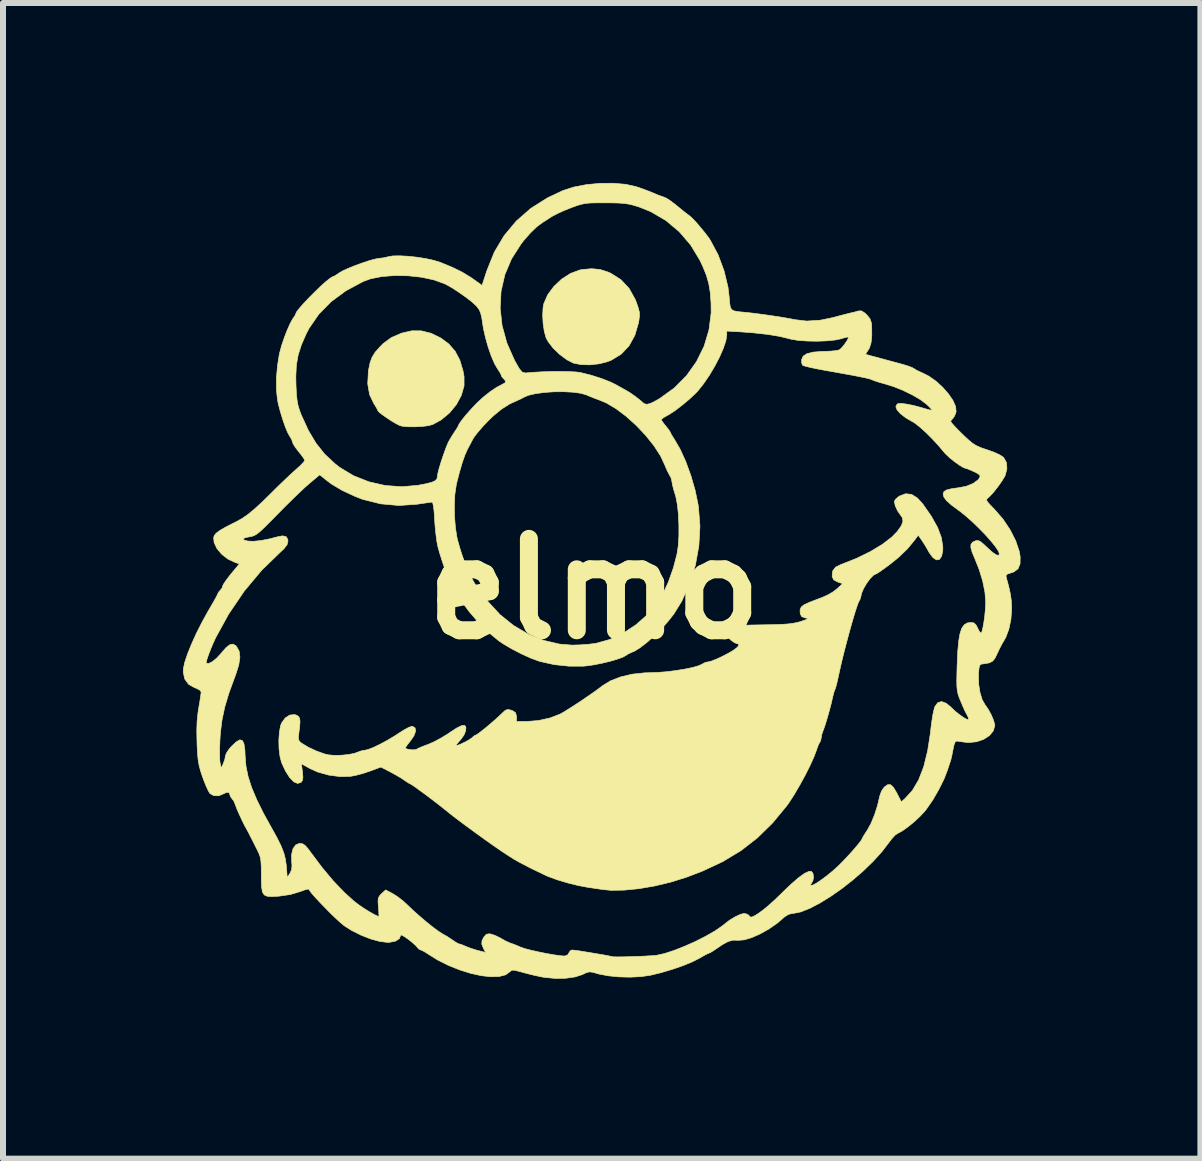
<source format=kicad_pcb>
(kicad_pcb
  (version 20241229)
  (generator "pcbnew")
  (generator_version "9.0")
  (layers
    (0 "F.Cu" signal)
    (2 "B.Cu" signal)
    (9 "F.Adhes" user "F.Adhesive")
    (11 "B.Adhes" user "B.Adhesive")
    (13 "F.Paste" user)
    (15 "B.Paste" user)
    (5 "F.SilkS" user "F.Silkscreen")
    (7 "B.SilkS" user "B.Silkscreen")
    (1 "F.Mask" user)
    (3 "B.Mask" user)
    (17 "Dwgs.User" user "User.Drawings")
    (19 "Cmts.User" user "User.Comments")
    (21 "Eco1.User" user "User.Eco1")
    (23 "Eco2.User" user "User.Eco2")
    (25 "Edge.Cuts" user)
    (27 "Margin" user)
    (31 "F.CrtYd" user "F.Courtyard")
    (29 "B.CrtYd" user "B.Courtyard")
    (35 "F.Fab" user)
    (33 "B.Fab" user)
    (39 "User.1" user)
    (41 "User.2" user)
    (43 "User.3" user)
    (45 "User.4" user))
  (footprint "elmo"
    (layer "F.Cu")
    (at 6.857 6.769)
    (property "Reference" "elmo" (at 0 0 0) (layer "F.SilkS") (effects (font (size 1.524 1.524) (thickness 0.3))))
    (attr through_hole)
    (fp_poly (pts (xy 0.097 -5.326) (xy 0.231 -5.283) (xy 0.274 -5.264) (xy 0.445 -5.156) (xy 0.581 -5.011) (xy 0.683 -4.829) (xy 0.701 -4.783) (xy 0.735 -4.685) (xy 0.753 -4.614) (xy 0.755 -4.551) (xy 0.745 -4.475) (xy 0.739 -4.439) (xy 0.678 -4.23) (xy 0.582 -4.055) (xy 0.452 -3.916) (xy 0.289 -3.816) (xy 0.223 -3.789) (xy 0.081 -3.753) (xy -0.073 -3.736) (xy -0.221 -3.74) (xy -0.342 -3.764) (xy -0.343 -3.764) (xy -0.456 -3.821) (xy -0.575 -3.909) (xy -0.684 -4.014) (xy -0.768 -4.123) (xy -0.802 -4.186) (xy -0.832 -4.293) (xy -0.852 -4.427) (xy -0.859 -4.568) (xy -0.852 -4.695) (xy -0.84 -4.757) (xy -0.775 -4.905) (xy -0.672 -5.044) (xy -0.542 -5.166) (xy -0.395 -5.26) (xy -0.243 -5.317) (xy -0.204 -5.325) (xy -0.041 -5.339) (xy 0.097 -5.326)) (stroke (width 0.01) (type solid)) (fill yes) (layer "F.SilkS"))
    (fp_poly (pts (xy -2.883 -4.303) (xy -2.719 -4.262) (xy -2.559 -4.184) (xy -2.425 -4.085) (xy -2.319 -3.963) (xy -2.241 -3.816) (xy -2.187 -3.635) (xy -2.17 -3.54) (xy -2.17 -3.386) (xy -2.215 -3.228) (xy -2.297 -3.075) (xy -2.412 -2.935) (xy -2.553 -2.818) (xy -2.692 -2.742) (xy -2.765 -2.722) (xy -2.87 -2.709) (xy -2.989 -2.703) (xy -3.104 -2.704) (xy -3.198 -2.713) (xy -3.241 -2.724) (xy -3.299 -2.753) (xy -3.374 -2.797) (xy -3.454 -2.85) (xy -3.528 -2.901) (xy -3.582 -2.944) (xy -3.607 -2.971) (xy -3.607 -2.972) (xy -3.62 -3.002) (xy -3.653 -3.058) (xy -3.672 -3.086) (xy -3.745 -3.239) (xy -3.776 -3.42) (xy -3.765 -3.627) (xy -3.761 -3.654) (xy -3.737 -3.771) (xy -3.703 -3.863) (xy -3.652 -3.946) (xy -3.573 -4.035) (xy -3.518 -4.091) (xy -3.382 -4.191) (xy -3.211 -4.265) (xy -3.038 -4.304) (xy -2.883 -4.303)) (stroke (width 0.01) (type solid)) (fill yes) (layer "F.SilkS"))
    (fp_poly (pts (xy 5.29 -1.577) (xy 5.387 -1.517) (xy 5.479 -1.416) (xy 5.623 -1.208) (xy 5.726 -1.023) (xy 5.788 -0.856) (xy 5.812 -0.705) (xy 5.812 -0.646) (xy 5.793 -0.546) (xy 5.756 -0.492) (xy 5.706 -0.484) (xy 5.648 -0.522) (xy 5.585 -0.607) (xy 5.573 -0.629) (xy 5.524 -0.715) (xy 5.471 -0.798) (xy 5.46 -0.814) (xy 5.402 -0.896) (xy 5.349 -0.823) (xy 5.224 -0.67) (xy 5.072 -0.524) (xy 4.921 -0.403) (xy 4.834 -0.339) (xy 4.763 -0.289) (xy 4.717 -0.259) (xy 4.705 -0.253) (xy 4.657 -0.23) (xy 4.6 -0.172) (xy 4.542 -0.093) (xy 4.491 -0.006) (xy 4.456 0.077) (xy 4.445 0.133) (xy 4.429 0.182) (xy 4.422 0.192) (xy 4.403 0.229) (xy 4.375 0.308) (xy 4.339 0.421) (xy 4.298 0.56) (xy 4.254 0.718) (xy 4.209 0.886) (xy 4.164 1.058) (xy 4.123 1.225) (xy 4.088 1.38) (xy 4.065 1.486) (xy 4.045 1.574) (xy 4.026 1.645) (xy 4.014 1.677) (xy 3.995 1.728) (xy 3.977 1.799) (xy 3.976 1.804) (xy 3.952 1.909) (xy 3.92 2.031) (xy 3.885 2.154) (xy 3.852 2.263) (xy 3.825 2.341) (xy 3.82 2.353) (xy 3.795 2.423) (xy 3.785 2.48) (xy 3.785 2.482) (xy 3.774 2.535) (xy 3.762 2.554) (xy 3.741 2.592) (xy 3.716 2.658) (xy 3.709 2.68) (xy 3.665 2.797) (xy 3.599 2.944) (xy 3.517 3.107) (xy 3.426 3.273) (xy 3.334 3.43) (xy 3.247 3.565) (xy 3.208 3.619) (xy 2.972 3.904) (xy 2.721 4.15) (xy 2.448 4.362) (xy 2.145 4.545) (xy 1.806 4.704) (xy 1.537 4.807) (xy 1.273 4.889) (xy 1.005 4.953) (xy 0.743 4.998) (xy 0.497 5.022) (xy 0.278 5.025) (xy 0.152 5.013) (xy 0.096 5.005) (xy 0.008 4.992) (xy -0.094 4.977) (xy -0.102 4.976) (xy -0.263 4.946) (xy -0.441 4.902) (xy -0.615 4.85) (xy -0.765 4.795) (xy -0.815 4.773) (xy -1.05 4.66) (xy -1.246 4.558) (xy -1.333 4.509) (xy -1.42 4.454) (xy -1.539 4.376) (xy -1.68 4.279) (xy -1.834 4.17) (xy -1.993 4.055) (xy -2.147 3.942) (xy -2.289 3.836) (xy -2.408 3.744) (xy -2.488 3.68) (xy -2.548 3.631) (xy -2.629 3.568) (xy -2.722 3.497) (xy -2.819 3.424) (xy -2.911 3.357) (xy -2.988 3.301) (xy -3.043 3.264) (xy -3.065 3.251) (xy -3.094 3.237) (xy -3.146 3.203) (xy -3.16 3.193) (xy -3.224 3.15) (xy -3.313 3.098) (xy -3.398 3.052) (xy -3.557 2.97) (xy -3.741 3.038) (xy -3.854 3.076) (xy -3.971 3.107) (xy -4.064 3.125) (xy -4.237 3.129) (xy -4.426 3.104) (xy -4.609 3.053) (xy -4.734 2.997) (xy -4.881 2.916) (xy -4.864 3.053) (xy -4.857 3.139) (xy -4.864 3.191) (xy -4.886 3.223) (xy -4.888 3.225) (xy -4.945 3.243) (xy -5.009 3.216) (xy -5.077 3.146) (xy -5.146 3.038) (xy -5.212 2.896) (xy -5.239 2.793) (xy -5.255 2.663) (xy -5.258 2.524) (xy -5.249 2.39) (xy -5.229 2.28) (xy -5.212 2.235) (xy -5.152 2.152) (xy -5.076 2.103) (xy -4.995 2.095) (xy -4.963 2.105) (xy -4.93 2.126) (xy -4.911 2.158) (xy -4.905 2.212) (xy -4.911 2.297) (xy -4.924 2.4) (xy -4.932 2.478) (xy -4.925 2.524) (xy -4.899 2.556) (xy -4.877 2.573) (xy -4.764 2.641) (xy -4.628 2.704) (xy -4.496 2.751) (xy -4.433 2.766) (xy -4.334 2.775) (xy -4.216 2.773) (xy -4.097 2.761) (xy -3.996 2.741) (xy -3.942 2.721) (xy -3.877 2.698) (xy -3.837 2.692) (xy -3.775 2.679) (xy -3.681 2.643) (xy -3.567 2.588) (xy -3.443 2.521) (xy -3.32 2.447) (xy -3.259 2.407) (xy -3.171 2.351) (xy -3.095 2.31) (xy -3.042 2.291) (xy -3.03 2.29) (xy -2.986 2.318) (xy -2.978 2.374) (xy -3.006 2.449) (xy -3.059 2.527) (xy -3.108 2.589) (xy -3.141 2.635) (xy -3.15 2.65) (xy -3.128 2.667) (xy -3.077 2.679) (xy -3.018 2.683) (xy -2.972 2.678) (xy -2.964 2.674) (xy -2.926 2.654) (xy -2.855 2.624) (xy -2.769 2.592) (xy -2.67 2.549) (xy -2.553 2.486) (xy -2.437 2.415) (xy -2.407 2.394) (xy -2.292 2.319) (xy -2.211 2.279) (xy -2.161 2.274) (xy -2.139 2.303) (xy -2.143 2.366) (xy -2.171 2.435) (xy -2.222 2.508) (xy -2.235 2.522) (xy -2.279 2.572) (xy -2.301 2.604) (xy -2.301 2.609) (xy -2.273 2.606) (xy -2.218 2.584) (xy -2.15 2.551) (xy -2.085 2.515) (xy -2.039 2.483) (xy -2.03 2.474) (xy -1.994 2.444) (xy -1.977 2.438) (xy -1.949 2.423) (xy -1.892 2.381) (xy -1.816 2.321) (xy -1.732 2.25) (xy -1.647 2.177) (xy -1.573 2.109) (xy -1.541 2.078) (xy -1.487 2.028) (xy -1.446 2.01) (xy -1.397 2.018) (xy -1.361 2.031) (xy -1.311 2.064) (xy -1.296 2.122) (xy -1.295 2.133) (xy -1.295 2.21) (xy -1.123 2.21) (xy -0.927 2.194) (xy -0.735 2.151) (xy -0.567 2.086) (xy -0.548 2.076) (xy -0.468 2.028) (xy -0.359 1.959) (xy -0.234 1.878) (xy -0.107 1.791) (xy 0.01 1.71) (xy 0.105 1.64) (xy 0.14 1.613) (xy 0.272 1.532) (xy 0.441 1.467) (xy 0.634 1.421) (xy 0.839 1.399) (xy 0.914 1.397) (xy 1.057 1.392) (xy 1.212 1.38) (xy 1.367 1.36) (xy 1.515 1.336) (xy 1.643 1.309) (xy 1.744 1.28) (xy 1.805 1.251) (xy 1.813 1.245) (xy 1.859 1.223) (xy 1.889 1.219) (xy 1.943 1.207) (xy 2.027 1.175) (xy 2.128 1.129) (xy 2.232 1.075) (xy 2.318 1.025) (xy 2.382 0.977) (xy 2.412 0.939) (xy 2.404 0.917) (xy 2.385 0.914) (xy 2.34 0.897) (xy 2.28 0.854) (xy 2.22 0.799) (xy 2.175 0.745) (xy 2.159 0.708) (xy 2.167 0.676) (xy 2.195 0.651) (xy 2.248 0.632) (xy 2.331 0.618) (xy 2.45 0.609) (xy 2.609 0.602) (xy 2.794 0.599) (xy 2.979 0.596) (xy 3.122 0.591) (xy 3.231 0.584) (xy 3.317 0.573) (xy 3.388 0.559) (xy 3.441 0.544) (xy 3.52 0.517) (xy 3.556 0.501) (xy 3.554 0.491) (xy 3.519 0.483) (xy 3.517 0.483) (xy 3.46 0.462) (xy 3.436 0.416) (xy 3.434 0.398) (xy 3.433 0.344) (xy 3.452 0.302) (xy 3.498 0.265) (xy 3.579 0.227) (xy 3.677 0.189) (xy 3.809 0.139) (xy 3.907 0.094) (xy 3.984 0.048) (xy 4.054 -0.007) (xy 4.071 -0.023) (xy 4.142 -0.088) (xy 4.059 -0.116) (xy 3.995 -0.15) (xy 3.969 -0.201) (xy 3.967 -0.21) (xy 3.975 -0.298) (xy 4.023 -0.362) (xy 4.106 -0.404) (xy 4.37 -0.508) (xy 4.605 -0.623) (xy 4.806 -0.744) (xy 4.965 -0.867) (xy 5.052 -0.957) (xy 5.121 -1.053) (xy 5.148 -1.128) (xy 5.137 -1.19) (xy 5.11 -1.227) (xy 5.059 -1.3) (xy 5.019 -1.386) (xy 5.004 -1.46) (xy 5.024 -1.494) (xy 5.073 -1.537) (xy 5.091 -1.549) (xy 5.192 -1.587) (xy 5.29 -1.577)) (stroke (width 0.01) (type solid)) (fill yes) (layer "F.SilkS"))
    (fp_poly (pts (xy 0.524 -6.746) (xy 0.699 -6.707) (xy 0.705 -6.705) (xy 0.81 -6.669) (xy 0.911 -6.631) (xy 0.978 -6.604) (xy 1.058 -6.57) (xy 1.129 -6.544) (xy 1.143 -6.54) (xy 1.195 -6.519) (xy 1.257 -6.481) (xy 1.339 -6.42) (xy 1.443 -6.335) (xy 1.511 -6.28) (xy 1.573 -6.233) (xy 1.59 -6.221) (xy 1.634 -6.182) (xy 1.698 -6.114) (xy 1.771 -6.029) (xy 1.844 -5.94) (xy 1.907 -5.857) (xy 1.937 -5.812) (xy 2.066 -5.57) (xy 2.165 -5.303) (xy 2.231 -5.03) (xy 2.25 -4.87) (xy 2.259 -4.765) (xy 2.269 -4.697) (xy 2.293 -4.656) (xy 2.338 -4.634) (xy 2.416 -4.621) (xy 2.527 -4.611) (xy 2.66 -4.596) (xy 2.813 -4.576) (xy 2.973 -4.553) (xy 3.124 -4.53) (xy 3.253 -4.508) (xy 3.34 -4.49) (xy 3.542 -4.466) (xy 3.767 -4.48) (xy 3.979 -4.524) (xy 4.087 -4.553) (xy 4.187 -4.579) (xy 4.26 -4.597) (xy 4.267 -4.599) (xy 4.344 -4.617) (xy 4.407 -4.635) (xy 4.409 -4.635) (xy 4.458 -4.635) (xy 4.515 -4.598) (xy 4.543 -4.572) (xy 4.597 -4.506) (xy 4.622 -4.435) (xy 4.627 -4.373) (xy 4.628 -4.218) (xy 4.616 -4.104) (xy 4.59 -4.02) (xy 4.568 -3.982) (xy 4.537 -3.935) (xy 4.525 -3.911) (xy 4.526 -3.91) (xy 4.552 -3.904) (xy 4.616 -3.886) (xy 4.707 -3.862) (xy 4.763 -3.847) (xy 4.887 -3.813) (xy 5.014 -3.779) (xy 5.121 -3.75) (xy 5.144 -3.744) (xy 5.231 -3.717) (xy 5.302 -3.69) (xy 5.334 -3.672) (xy 5.383 -3.642) (xy 5.452 -3.61) (xy 5.461 -3.607) (xy 5.58 -3.547) (xy 5.699 -3.463) (xy 5.81 -3.362) (xy 5.906 -3.252) (xy 5.981 -3.143) (xy 6.026 -3.041) (xy 6.034 -2.955) (xy 6.033 -2.949) (xy 6.009 -2.884) (xy 5.98 -2.843) (xy 5.949 -2.808) (xy 5.944 -2.792) (xy 5.961 -2.766) (xy 6.007 -2.714) (xy 6.075 -2.643) (xy 6.14 -2.579) (xy 6.233 -2.491) (xy 6.304 -2.431) (xy 6.37 -2.389) (xy 6.444 -2.356) (xy 6.541 -2.323) (xy 6.553 -2.319) (xy 6.671 -2.277) (xy 6.766 -2.233) (xy 6.824 -2.193) (xy 6.826 -2.191) (xy 6.873 -2.108) (xy 6.881 -2.003) (xy 6.852 -1.893) (xy 6.844 -1.876) (xy 6.795 -1.795) (xy 6.728 -1.701) (xy 6.657 -1.611) (xy 6.593 -1.543) (xy 6.574 -1.526) (xy 6.549 -1.503) (xy 6.542 -1.482) (xy 6.557 -1.452) (xy 6.598 -1.405) (xy 6.67 -1.331) (xy 6.814 -1.166) (xy 6.935 -0.985) (xy 7.028 -0.801) (xy 7.087 -0.625) (xy 7.102 -0.537) (xy 7.1 -0.418) (xy 7.065 -0.334) (xy 6.993 -0.282) (xy 6.951 -0.268) (xy 6.889 -0.248) (xy 6.866 -0.224) (xy 6.87 -0.192) (xy 6.912 -0.037) (xy 6.939 0.086) (xy 6.954 0.194) (xy 6.959 0.302) (xy 6.96 0.333) (xy 6.948 0.505) (xy 6.914 0.669) (xy 6.863 0.806) (xy 6.83 0.865) (xy 6.795 0.924) (xy 6.752 1.008) (xy 6.722 1.073) (xy 6.681 1.158) (xy 6.639 1.207) (xy 6.582 1.234) (xy 6.492 1.249) (xy 6.478 1.25) (xy 6.446 1.257) (xy 6.427 1.277) (xy 6.416 1.32) (xy 6.409 1.398) (xy 6.407 1.443) (xy 6.41 1.587) (xy 6.432 1.726) (xy 6.468 1.846) (xy 6.516 1.93) (xy 6.516 1.93) (xy 6.568 2.004) (xy 6.618 2.096) (xy 6.657 2.187) (xy 6.678 2.261) (xy 6.679 2.278) (xy 6.654 2.367) (xy 6.589 2.445) (xy 6.493 2.508) (xy 6.376 2.548) (xy 6.249 2.561) (xy 6.203 2.558) (xy 6.123 2.548) (xy 6.062 2.539) (xy 6.046 2.536) (xy 6.021 2.547) (xy 5.999 2.6) (xy 5.982 2.68) (xy 5.965 2.768) (xy 5.949 2.838) (xy 5.94 2.87) (xy 5.923 2.918) (xy 5.9 2.989) (xy 5.894 3.01) (xy 5.833 3.168) (xy 5.746 3.344) (xy 5.646 3.517) (xy 5.541 3.669) (xy 5.504 3.715) (xy 5.426 3.798) (xy 5.333 3.884) (xy 5.234 3.965) (xy 5.143 4.03) (xy 5.072 4.07) (xy 5.06 4.075) (xy 5.018 4.104) (xy 4.963 4.163) (xy 4.917 4.224) (xy 4.798 4.379) (xy 4.654 4.539) (xy 4.489 4.699) (xy 4.311 4.853) (xy 4.126 4.998) (xy 3.94 5.128) (xy 3.76 5.239) (xy 3.593 5.326) (xy 3.444 5.385) (xy 3.32 5.41) (xy 3.301 5.41) (xy 3.235 5.428) (xy 3.172 5.469) (xy 3.049 5.575) (xy 2.91 5.671) (xy 2.765 5.752) (xy 2.625 5.814) (xy 2.5 5.851) (xy 2.399 5.859) (xy 2.392 5.858) (xy 2.315 5.856) (xy 2.234 5.878) (xy 2.139 5.929) (xy 2.054 5.987) (xy 1.987 6.032) (xy 1.936 6.063) (xy 1.918 6.071) (xy 1.888 6.083) (xy 1.828 6.114) (xy 1.756 6.156) (xy 1.636 6.217) (xy 1.48 6.281) (xy 1.3 6.343) (xy 1.111 6.399) (xy 0.934 6.442) (xy 0.779 6.464) (xy 0.598 6.473) (xy 0.409 6.468) (xy 0.23 6.45) (xy 0.079 6.421) (xy 0.055 6.414) (xy -0.025 6.391) (xy -0.08 6.385) (xy -0.131 6.398) (xy -0.199 6.43) (xy -0.319 6.469) (xy -0.473 6.491) (xy -0.645 6.494) (xy -0.822 6.478) (xy -0.889 6.466) (xy -1.009 6.44) (xy -1.14 6.407) (xy -1.213 6.387) (xy -1.301 6.364) (xy -1.353 6.355) (xy -1.383 6.362) (xy -1.404 6.381) (xy -1.476 6.434) (xy -1.585 6.462) (xy -1.724 6.466) (xy -1.884 6.448) (xy -2.061 6.409) (xy -2.245 6.351) (xy -2.432 6.276) (xy -2.613 6.185) (xy -2.76 6.093) (xy -2.826 6.051) (xy -2.877 6.024) (xy -2.893 6.02) (xy -2.928 6.001) (xy -2.939 5.988) (xy -2.973 5.948) (xy -3.028 5.899) (xy -3.091 5.848) (xy -3.153 5.804) (xy -3.201 5.775) (xy -3.225 5.77) (xy -3.226 5.773) (xy -3.249 5.831) (xy -3.314 5.872) (xy -3.413 5.892) (xy -3.449 5.893) (xy -3.577 5.877) (xy -3.729 5.835) (xy -3.891 5.771) (xy -4.048 5.692) (xy -4.166 5.617) (xy -4.222 5.571) (xy -4.298 5.502) (xy -4.386 5.418) (xy -4.478 5.325) (xy -4.567 5.233) (xy -4.646 5.148) (xy -4.707 5.079) (xy -4.743 5.032) (xy -4.75 5.017) (xy -4.764 5.004) (xy -4.811 5.013) (xy -4.897 5.044) (xy -4.903 5.046) (xy -5.066 5.095) (xy -5.254 5.122) (xy -5.265 5.123) (xy -5.375 5.129) (xy -5.452 5.124) (xy -5.502 5.101) (xy -5.532 5.053) (xy -5.545 4.972) (xy -5.55 4.852) (xy -5.55 4.765) (xy -5.551 4.637) (xy -5.556 4.546) (xy -5.566 4.479) (xy -5.586 4.419) (xy -5.616 4.355) (xy -5.622 4.343) (xy -5.667 4.254) (xy -5.709 4.17) (xy -5.731 4.128) (xy -5.764 4.062) (xy -5.791 4.013) (xy -5.828 3.947) (xy -5.872 3.857) (xy -5.917 3.76) (xy -5.956 3.672) (xy -5.98 3.608) (xy -5.983 3.597) (xy -6.009 3.536) (xy -6.035 3.503) (xy -6.066 3.461) (xy -6.071 3.44) (xy -6.087 3.397) (xy -6.131 3.392) (xy -6.178 3.415) (xy -6.26 3.449) (xy -6.343 3.447) (xy -6.408 3.41) (xy -6.408 3.409) (xy -6.434 3.366) (xy -6.47 3.288) (xy -6.51 3.189) (xy -6.529 3.137) (xy -6.563 3.035) (xy -6.587 2.945) (xy -6.603 2.853) (xy -6.614 2.744) (xy -6.621 2.603) (xy -6.622 2.566) (xy -6.626 2.37) (xy -6.621 2.205) (xy -6.605 2.057) (xy -6.594 1.988) (xy -6.576 1.881) (xy -6.562 1.791) (xy -6.554 1.731) (xy -6.553 1.717) (xy -6.575 1.688) (xy -6.631 1.658) (xy -6.661 1.647) (xy -6.762 1.591) (xy -6.827 1.502) (xy -6.852 1.387) (xy -6.85 1.333) (xy -6.828 1.227) (xy -6.469 1.227) (xy -6.467 1.237) (xy -6.428 1.243) (xy -6.368 1.214) (xy -6.294 1.154) (xy -6.216 1.069) (xy -6.213 1.065) (xy -6.134 0.975) (xy -6.071 0.928) (xy -6.02 0.92) (xy -5.973 0.948) (xy -5.964 0.959) (xy -5.92 1.037) (xy -5.907 1.138) (xy -5.926 1.267) (xy -5.977 1.429) (xy -5.994 1.473) (xy -6.089 1.733) (xy -6.159 1.966) (xy -6.206 2.186) (xy -6.233 2.407) (xy -6.24 2.517) (xy -6.245 2.647) (xy -6.245 2.764) (xy -6.243 2.856) (xy -6.236 2.91) (xy -6.236 2.911) (xy -6.217 2.985) (xy -6.183 2.908) (xy -6.158 2.838) (xy -6.148 2.78) (xy -6.13 2.734) (xy -6.087 2.67) (xy -6.044 2.621) (xy -5.966 2.548) (xy -5.907 2.516) (xy -5.865 2.528) (xy -5.839 2.584) (xy -5.824 2.687) (xy -5.82 2.788) (xy -5.806 2.954) (xy -5.771 3.126) (xy -5.712 3.311) (xy -5.626 3.515) (xy -5.512 3.745) (xy -5.377 3.988) (xy -5.286 4.153) (xy -5.22 4.287) (xy -5.175 4.402) (xy -5.148 4.508) (xy -5.133 4.616) (xy -5.133 4.622) (xy -5.118 4.812) (xy -5.073 4.742) (xy -5.044 4.679) (xy -5.039 4.602) (xy -5.044 4.552) (xy -5.046 4.432) (xy -5.023 4.334) (xy -4.977 4.268) (xy -4.913 4.242) (xy -4.907 4.242) (xy -4.863 4.249) (xy -4.822 4.275) (xy -4.772 4.33) (xy -4.722 4.398) (xy -4.537 4.645) (xy -4.352 4.866) (xy -4.172 5.055) (xy -4.004 5.207) (xy -3.924 5.268) (xy -3.836 5.328) (xy -3.746 5.384) (xy -3.666 5.429) (xy -3.609 5.456) (xy -3.591 5.461) (xy -3.589 5.438) (xy -3.592 5.378) (xy -3.598 5.302) (xy -3.604 5.213) (xy -3.6 5.158) (xy -3.581 5.119) (xy -3.545 5.081) (xy -3.477 5.018) (xy -3.358 5.081) (xy -3.275 5.134) (xy -3.181 5.207) (xy -3.114 5.269) (xy -3.018 5.361) (xy -2.908 5.459) (xy -2.796 5.554) (xy -2.689 5.64) (xy -2.598 5.707) (xy -2.533 5.749) (xy -2.528 5.752) (xy -2.456 5.792) (xy -2.377 5.844) (xy -2.364 5.853) (xy -2.305 5.893) (xy -2.261 5.916) (xy -2.253 5.918) (xy -2.216 5.928) (xy -2.157 5.953) (xy -2.15 5.956) (xy -2.077 5.985) (xy -1.983 6.016) (xy -1.941 6.028) (xy -1.811 6.061) (xy -1.845 5.996) (xy -1.875 5.922) (xy -1.87 5.862) (xy -1.838 5.802) (xy -1.799 5.758) (xy -1.75 5.75) (xy -1.718 5.755) (xy -1.644 5.781) (xy -1.563 5.821) (xy -1.55 5.829) (xy -1.476 5.871) (xy -1.408 5.901) (xy -1.397 5.905) (xy -1.335 5.927) (xy -1.253 5.961) (xy -1.223 5.974) (xy -1.156 5.997) (xy -1.053 6.024) (xy -0.927 6.052) (xy -0.794 6.079) (xy -0.667 6.101) (xy -0.56 6.116) (xy -0.492 6.121) (xy -0.44 6.1) (xy -0.424 6.071) (xy -0.395 6.029) (xy -0.367 6.02) (xy -0.328 6.024) (xy -0.253 6.034) (xy -0.155 6.05) (xy -0.044 6.068) (xy 0.068 6.087) (xy 0.169 6.104) (xy 0.247 6.119) (xy 0.292 6.129) (xy 0.298 6.131) (xy 0.326 6.134) (xy 0.393 6.135) (xy 0.489 6.134) (xy 0.604 6.131) (xy 0.725 6.127) (xy 0.842 6.122) (xy 0.943 6.116) (xy 1.019 6.111) (xy 1.041 6.108) (xy 1.173 6.079) (xy 1.333 6.027) (xy 1.51 5.957) (xy 1.692 5.876) (xy 1.866 5.787) (xy 2.019 5.699) (xy 2.14 5.615) (xy 2.172 5.589) (xy 2.254 5.525) (xy 2.346 5.469) (xy 2.432 5.428) (xy 2.497 5.41) (xy 2.5 5.41) (xy 2.557 5.425) (xy 2.586 5.451) (xy 2.604 5.471) (xy 2.632 5.469) (xy 2.682 5.445) (xy 2.747 5.404) (xy 2.819 5.351) (xy 2.914 5.272) (xy 3.019 5.177) (xy 3.123 5.077) (xy 3.125 5.074) (xy 3.279 4.926) (xy 3.408 4.814) (xy 3.51 4.741) (xy 3.584 4.708) (xy 3.619 4.708) (xy 3.647 4.742) (xy 3.657 4.802) (xy 3.647 4.863) (xy 3.628 4.897) (xy 3.609 4.93) (xy 3.612 4.941) (xy 3.643 4.939) (xy 3.703 4.907) (xy 3.783 4.854) (xy 3.877 4.784) (xy 3.974 4.705) (xy 4.068 4.62) (xy 4.102 4.587) (xy 4.19 4.496) (xy 4.277 4.402) (xy 4.356 4.312) (xy 4.419 4.236) (xy 4.459 4.181) (xy 4.47 4.158) (xy 4.483 4.132) (xy 4.517 4.077) (xy 4.554 4.021) (xy 4.615 3.91) (xy 4.674 3.767) (xy 4.724 3.611) (xy 4.759 3.461) (xy 4.761 3.452) (xy 4.79 3.371) (xy 4.838 3.302) (xy 4.84 3.301) (xy 4.893 3.264) (xy 4.94 3.264) (xy 4.987 3.306) (xy 5.04 3.393) (xy 5.055 3.422) (xy 5.12 3.55) (xy 5.182 3.495) (xy 5.306 3.359) (xy 5.41 3.182) (xy 5.494 2.964) (xy 5.559 2.701) (xy 5.607 2.394) (xy 5.613 2.332) (xy 5.629 2.208) (xy 5.647 2.094) (xy 5.667 2.005) (xy 5.68 1.962) (xy 5.729 1.896) (xy 5.793 1.878) (xy 5.87 1.907) (xy 5.944 1.968) (xy 6.015 2.036) (xy 6.092 2.098) (xy 6.162 2.147) (xy 6.215 2.175) (xy 6.24 2.176) (xy 6.239 2.146) (xy 6.217 2.102) (xy 6.188 2.049) (xy 6.15 1.966) (xy 6.11 1.871) (xy 6.109 1.869) (xy 6.083 1.804) (xy 6.065 1.749) (xy 6.054 1.694) (xy 6.047 1.628) (xy 6.045 1.542) (xy 6.047 1.426) (xy 6.051 1.269) (xy 6.052 1.26) (xy 6.061 1.045) (xy 6.076 0.876) (xy 6.098 0.748) (xy 6.128 0.657) (xy 6.169 0.598) (xy 6.221 0.567) (xy 6.279 0.559) (xy 6.334 0.568) (xy 6.37 0.606) (xy 6.39 0.648) (xy 6.419 0.705) (xy 6.444 0.735) (xy 6.449 0.737) (xy 6.464 0.713) (xy 6.48 0.651) (xy 6.496 0.561) (xy 6.511 0.455) (xy 6.521 0.344) (xy 6.527 0.241) (xy 6.527 0.209) (xy 6.514 0.051) (xy 6.477 -0.131) (xy 6.42 -0.319) (xy 6.352 -0.491) (xy 6.303 -0.607) (xy 6.28 -0.688) (xy 6.281 -0.742) (xy 6.307 -0.777) (xy 6.323 -0.787) (xy 6.367 -0.806) (xy 6.406 -0.806) (xy 6.45 -0.782) (xy 6.511 -0.729) (xy 6.556 -0.686) (xy 6.642 -0.609) (xy 6.706 -0.566) (xy 6.745 -0.561) (xy 6.756 -0.585) (xy 6.738 -0.633) (xy 6.688 -0.708) (xy 6.613 -0.8) (xy 6.52 -0.905) (xy 6.414 -1.014) (xy 6.304 -1.12) (xy 6.195 -1.217) (xy 6.095 -1.297) (xy 6.075 -1.311) (xy 5.955 -1.4) (xy 5.875 -1.471) (xy 5.831 -1.53) (xy 5.817 -1.58) (xy 5.83 -1.621) (xy 5.875 -1.65) (xy 5.958 -1.671) (xy 6.068 -1.686) (xy 6.205 -1.712) (xy 6.32 -1.759) (xy 6.402 -1.82) (xy 6.426 -1.854) (xy 6.434 -1.885) (xy 6.413 -1.912) (xy 6.355 -1.945) (xy 6.337 -1.953) (xy 6.267 -1.984) (xy 6.216 -2.004) (xy 6.203 -2.007) (xy 6.157 -2.023) (xy 6.087 -2.065) (xy 6.005 -2.124) (xy 5.923 -2.19) (xy 5.855 -2.255) (xy 5.826 -2.288) (xy 5.737 -2.394) (xy 5.636 -2.503) (xy 5.532 -2.607) (xy 5.433 -2.696) (xy 5.351 -2.761) (xy 5.313 -2.784) (xy 5.195 -2.853) (xy 5.105 -2.922) (xy 5.049 -2.986) (xy 5.029 -3.04) (xy 5.05 -3.08) (xy 5.069 -3.09) (xy 5.119 -3.093) (xy 5.206 -3.082) (xy 5.318 -3.06) (xy 5.443 -3.027) (xy 5.51 -3.007) (xy 5.578 -2.988) (xy 5.623 -2.98) (xy 5.631 -2.981) (xy 5.619 -3.001) (xy 5.579 -3.044) (xy 5.539 -3.081) (xy 5.438 -3.157) (xy 5.302 -3.236) (xy 5.148 -3.311) (xy 4.991 -3.374) (xy 4.859 -3.415) (xy 4.765 -3.441) (xy 4.686 -3.466) (xy 4.639 -3.484) (xy 4.615 -3.494) (xy 4.576 -3.506) (xy 4.517 -3.52) (xy 4.433 -3.537) (xy 4.319 -3.56) (xy 4.168 -3.587) (xy 3.976 -3.622) (xy 3.85 -3.644) (xy 3.721 -3.668) (xy 3.61 -3.691) (xy 3.526 -3.712) (xy 3.479 -3.726) (xy 3.474 -3.73) (xy 3.459 -3.77) (xy 3.459 -3.824) (xy 3.484 -3.881) (xy 3.547 -3.922) (xy 3.65 -3.948) (xy 3.798 -3.96) (xy 3.843 -3.96) (xy 3.945 -3.965) (xy 4.03 -3.973) (xy 4.084 -3.985) (xy 4.089 -3.987) (xy 4.126 -4.02) (xy 4.172 -4.076) (xy 4.214 -4.137) (xy 4.239 -4.186) (xy 4.242 -4.198) (xy 4.22 -4.199) (xy 4.165 -4.186) (xy 4.121 -4.172) (xy 4.016 -4.15) (xy 3.876 -4.136) (xy 3.718 -4.13) (xy 3.556 -4.133) (xy 3.406 -4.143) (xy 3.285 -4.163) (xy 3.251 -4.172) (xy 3.095 -4.21) (xy 2.897 -4.243) (xy 2.663 -4.269) (xy 2.457 -4.285) (xy 2.21 -4.299) (xy 2.21 -4.233) (xy 2.195 -4.136) (xy 2.152 -4.01) (xy 2.089 -3.865) (xy 2.009 -3.712) (xy 1.918 -3.559) (xy 1.822 -3.419) (xy 1.727 -3.3) (xy 1.691 -3.262) (xy 1.583 -3.161) (xy 1.464 -3.062) (xy 1.348 -2.973) (xy 1.248 -2.908) (xy 1.226 -2.896) (xy 1.162 -2.86) (xy 1.124 -2.831) (xy 1.118 -2.822) (xy 1.133 -2.794) (xy 1.171 -2.743) (xy 1.193 -2.717) (xy 1.238 -2.66) (xy 1.265 -2.62) (xy 1.269 -2.611) (xy 1.283 -2.581) (xy 1.316 -2.526) (xy 1.335 -2.498) (xy 1.434 -2.327) (xy 1.528 -2.12) (xy 1.612 -1.888) (xy 1.682 -1.648) (xy 1.731 -1.41) (xy 1.738 -1.368) (xy 1.763 -1.047) (xy 1.745 -0.719) (xy 1.687 -0.394) (xy 1.59 -0.082) (xy 1.458 0.208) (xy 1.327 0.419) (xy 1.232 0.54) (xy 1.121 0.664) (xy 1.001 0.783) (xy 0.881 0.89) (xy 0.769 0.977) (xy 0.675 1.036) (xy 0.632 1.054) (xy 0.568 1.083) (xy 0.533 1.106) (xy 0.479 1.137) (xy 0.385 1.171) (xy 0.266 1.206) (xy 0.133 1.238) (xy -0.003 1.265) (xy -0.129 1.283) (xy -0.183 1.288) (xy -0.419 1.288) (xy -0.666 1.262) (xy -0.896 1.211) (xy -0.927 1.202) (xy -1.059 1.153) (xy -1.213 1.083) (xy -1.37 1.002) (xy -1.511 0.919) (xy -1.584 0.87) (xy -1.756 0.73) (xy -1.927 0.561) (xy -2.085 0.378) (xy -2.219 0.195) (xy -2.295 0.066) (xy -2.342 -0.021) (xy -2.381 -0.092) (xy -2.406 -0.134) (xy -2.409 -0.137) (xy -2.43 -0.179) (xy -2.461 -0.257) (xy -2.499 -0.36) (xy -2.538 -0.475) (xy -2.574 -0.589) (xy -2.603 -0.69) (xy -2.605 -0.699) (xy -2.623 -0.788) (xy -2.639 -0.91) (xy -2.653 -1.047) (xy -2.66 -1.149) (xy -2.669 -1.29) (xy -2.681 -1.388) (xy -2.685 -1.402) (xy -2.332 -1.402) (xy -2.329 -1.21) (xy -2.314 -1.022) (xy -2.288 -0.856) (xy -2.276 -0.807) (xy -2.239 -0.677) (xy -2.198 -0.549) (xy -2.156 -0.436) (xy -2.119 -0.35) (xy -2.091 -0.303) (xy -2.063 -0.254) (xy -2.057 -0.23) (xy -2.043 -0.184) (xy -2.006 -0.113) (xy -1.954 -0.029) (xy -1.894 0.054) (xy -1.894 0.054) (xy -1.845 0.117) (xy -1.785 0.193) (xy -1.765 0.218) (xy -1.57 0.429) (xy -1.347 0.608) (xy -1.102 0.753) (xy -0.843 0.858) (xy -0.579 0.92) (xy -0.368 0.937) (xy -0.237 0.933) (xy -0.098 0.923) (xy 0.022 0.908) (xy 0.038 0.905) (xy 0.26 0.843) (xy 0.483 0.738) (xy 0.697 0.597) (xy 0.89 0.427) (xy 1.03 0.268) (xy 1.137 0.099) (xy 1.235 -0.111) (xy 1.32 -0.351) (xy 1.38 -0.579) (xy 1.401 -0.716) (xy 1.412 -0.882) (xy 1.412 -1.063) (xy 1.404 -1.244) (xy 1.386 -1.409) (xy 1.36 -1.543) (xy 1.35 -1.575) (xy 1.322 -1.667) (xy 1.303 -1.745) (xy 1.296 -1.791) (xy 1.281 -1.852) (xy 1.256 -1.898) (xy 1.223 -1.959) (xy 1.188 -2.038) (xy 1.181 -2.057) (xy 1.107 -2.216) (xy 0.997 -2.386) (xy 0.859 -2.559) (xy 0.702 -2.725) (xy 0.534 -2.877) (xy 0.364 -3.005) (xy 0.2 -3.102) (xy 0.087 -3.149) (xy -0.000297 -3.181) (xy -0.098 -3.221) (xy -0.127 -3.234) (xy -0.222 -3.262) (xy -0.353 -3.28) (xy -0.506 -3.288) (xy -0.669 -3.287) (xy -0.831 -3.276) (xy -0.977 -3.256) (xy -1.096 -3.229) (xy -1.168 -3.198) (xy -1.225 -3.168) (xy -1.245 -3.159) (xy -1.405 -3.086) (xy -1.544 -2.999) (xy -1.679 -2.888) (xy -1.767 -2.803) (xy -1.855 -2.711) (xy -1.934 -2.62) (xy -1.994 -2.544) (xy -2.021 -2.502) (xy -2.065 -2.418) (xy -2.108 -2.337) (xy -2.113 -2.328) (xy -2.155 -2.234) (xy -2.201 -2.103) (xy -2.247 -1.945) (xy -2.291 -1.773) (xy -2.301 -1.727) (xy -2.323 -1.58) (xy -2.332 -1.402) (xy -2.685 -1.402) (xy -2.694 -1.439) (xy -2.703 -1.447) (xy -2.739 -1.443) (xy -2.812 -1.433) (xy -2.909 -1.419) (xy -2.953 -1.412) (xy -3.257 -1.391) (xy -3.563 -1.419) (xy -3.861 -1.494) (xy -3.988 -1.543) (xy -4.202 -1.643) (xy -4.379 -1.748) (xy -4.46 -1.809) (xy -4.576 -1.903) (xy -4.745 -1.762) (xy -4.818 -1.698) (xy -4.916 -1.606) (xy -5.031 -1.495) (xy -5.155 -1.373) (xy -5.273 -1.253) (xy -5.397 -1.127) (xy -5.491 -1.033) (xy -5.562 -0.966) (xy -5.617 -0.921) (xy -5.66 -0.894) (xy -5.698 -0.879) (xy -5.737 -0.871) (xy -5.818 -0.855) (xy -5.852 -0.836) (xy -5.838 -0.816) (xy -5.777 -0.798) (xy -5.682 -0.794) (xy -5.553 -0.807) (xy -5.406 -0.836) (xy -5.293 -0.866) (xy -5.196 -0.885) (xy -5.136 -0.872) (xy -5.109 -0.825) (xy -5.106 -0.795) (xy -5.121 -0.737) (xy -5.169 -0.674) (xy -5.224 -0.622) (xy -5.542 -0.314) (xy -5.834 0.035) (xy -6.094 0.418) (xy -6.311 0.813) (xy -6.354 0.907) (xy -6.396 1.007) (xy -6.432 1.101) (xy -6.458 1.178) (xy -6.469 1.227) (xy -6.828 1.227) (xy -6.828 1.227) (xy -6.781 1.086) (xy -6.714 0.92) (xy -6.631 0.737) (xy -6.534 0.546) (xy -6.428 0.355) (xy -6.408 0.321) (xy -6.352 0.225) (xy -6.308 0.146) (xy -6.28 0.092) (xy -6.274 0.076) (xy -6.257 0.046) (xy -6.236 0.025) (xy -6.203 -0.018) (xy -6.198 -0.042) (xy -6.182 -0.077) (xy -6.141 -0.139) (xy -6.082 -0.217) (xy -6.057 -0.248) (xy -5.916 -0.418) (xy -5.987 -0.442) (xy -6.106 -0.497) (xy -6.21 -0.578) (xy -6.29 -0.673) (xy -6.337 -0.773) (xy -6.345 -0.856) (xy -6.333 -0.893) (xy -6.3 -0.931) (xy -6.241 -0.975) (xy -6.15 -1.028) (xy -6.02 -1.095) (xy -5.969 -1.12) (xy -5.875 -1.172) (xy -5.778 -1.238) (xy -5.672 -1.325) (xy -5.548 -1.437) (xy -5.4 -1.582) (xy -5.371 -1.611) (xy -5.264 -1.717) (xy -5.155 -1.822) (xy -5.055 -1.916) (xy -4.978 -1.986) (xy -4.971 -1.992) (xy -4.901 -2.055) (xy -4.85 -2.108) (xy -4.826 -2.14) (xy -4.826 -2.143) (xy -4.841 -2.174) (xy -4.881 -2.231) (xy -4.928 -2.289) (xy -4.981 -2.358) (xy -5.018 -2.416) (xy -5.029 -2.446) (xy -5.044 -2.492) (xy -5.075 -2.543) (xy -5.11 -2.606) (xy -5.152 -2.706) (xy -5.194 -2.828) (xy -5.234 -2.959) (xy -5.267 -3.086) (xy -5.282 -3.163) (xy -5.298 -3.325) (xy -5.298 -3.515) (xy -5.296 -3.54) (xy -4.975 -3.54) (xy -4.972 -3.393) (xy -4.965 -3.252) (xy -4.954 -3.146) (xy -4.938 -3.059) (xy -4.913 -2.977) (xy -4.882 -2.896) (xy -4.765 -2.642) (xy -4.638 -2.429) (xy -4.494 -2.248) (xy -4.326 -2.091) (xy -4.242 -2.025) (xy -4.012 -1.887) (xy -3.756 -1.786) (xy -3.484 -1.724) (xy -3.206 -1.704) (xy -2.934 -1.728) (xy -2.932 -1.729) (xy -2.797 -1.755) (xy -2.705 -1.779) (xy -2.649 -1.805) (xy -2.622 -1.836) (xy -2.616 -1.867) (xy -2.608 -1.922) (xy -2.585 -2.012) (xy -2.552 -2.121) (xy -2.513 -2.237) (xy -2.474 -2.345) (xy -2.438 -2.433) (xy -2.421 -2.467) (xy -2.372 -2.55) (xy -2.319 -2.632) (xy -2.318 -2.633) (xy -2.281 -2.689) (xy -2.262 -2.727) (xy -2.261 -2.732) (xy -2.244 -2.763) (xy -2.201 -2.822) (xy -2.139 -2.899) (xy -2.065 -2.983) (xy -1.988 -3.066) (xy -1.958 -3.097) (xy -1.85 -3.197) (xy -1.734 -3.289) (xy -1.623 -3.363) (xy -1.543 -3.405) (xy -1.487 -3.436) (xy -1.478 -3.468) (xy -1.511 -3.505) (xy -1.543 -3.543) (xy -1.549 -3.561) (xy -1.563 -3.595) (xy -1.598 -3.65) (xy -1.609 -3.666) (xy -1.661 -3.755) (xy -1.715 -3.88) (xy -1.767 -4.029) (xy -1.812 -4.188) (xy -1.847 -4.343) (xy -1.858 -4.412) (xy -1.875 -4.526) (xy -1.895 -4.605) (xy -1.92 -4.661) (xy -1.935 -4.68) (xy -1.568 -4.68) (xy -1.536 -4.391) (xy -1.456 -4.1) (xy -1.328 -3.81) (xy -1.248 -3.67) (xy -1.2 -3.615) (xy -1.147 -3.6) (xy -1.14 -3.601) (xy -1.013 -3.612) (xy -0.864 -3.62) (xy -0.706 -3.625) (xy -0.551 -3.626) (xy -0.411 -3.623) (xy -0.299 -3.617) (xy -0.232 -3.608) (xy -0.054 -3.564) (xy 0.119 -3.509) (xy 0.27 -3.45) (xy 0.356 -3.408) (xy 0.433 -3.365) (xy 0.499 -3.328) (xy 0.521 -3.316) (xy 0.6 -3.269) (xy 0.688 -3.207) (xy 0.765 -3.147) (xy 0.795 -3.12) (xy 0.836 -3.087) (xy 0.88 -3.078) (xy 0.939 -3.093) (xy 1.022 -3.134) (xy 1.097 -3.178) (xy 1.336 -3.351) (xy 1.54 -3.556) (xy 1.706 -3.79) (xy 1.832 -4.046) (xy 1.914 -4.319) (xy 1.95 -4.604) (xy 1.948 -4.77) (xy 1.934 -4.948) (xy 1.909 -5.095) (xy 1.87 -5.231) (xy 1.811 -5.376) (xy 1.76 -5.484) (xy 1.607 -5.736) (xy 1.417 -5.957) (xy 1.195 -6.143) (xy 0.946 -6.289) (xy 0.758 -6.365) (xy 0.666 -6.394) (xy 0.586 -6.414) (xy 0.505 -6.427) (xy 0.408 -6.434) (xy 0.282 -6.437) (xy 0.191 -6.437) (xy 0.047 -6.437) (xy -0.059 -6.435) (xy -0.14 -6.428) (xy -0.211 -6.414) (xy -0.284 -6.393) (xy -0.372 -6.361) (xy -0.394 -6.352) (xy -0.507 -6.307) (xy -0.614 -6.258) (xy -0.698 -6.214) (xy -0.721 -6.2) (xy -0.791 -6.154) (xy -0.849 -6.117) (xy -0.864 -6.108) (xy -0.958 -6.038) (xy -1.066 -5.933) (xy -1.178 -5.806) (xy -1.22 -5.751) (xy -1.379 -5.502) (xy -1.49 -5.239) (xy -1.553 -4.963) (xy -1.568 -4.68) (xy -1.935 -4.68) (xy -1.957 -4.709) (xy -1.966 -4.719) (xy -2.035 -4.783) (xy -2.134 -4.86) (xy -2.249 -4.941) (xy -2.363 -5.016) (xy -2.463 -5.073) (xy -2.491 -5.087) (xy -2.671 -5.152) (xy -2.878 -5.197) (xy -3.1 -5.221) (xy -3.324 -5.225) (xy -3.538 -5.209) (xy -3.728 -5.171) (xy -3.848 -5.128) (xy -4.139 -4.972) (xy -4.387 -4.789) (xy -4.592 -4.58) (xy -4.754 -4.345) (xy -4.801 -4.255) (xy -4.882 -4.07) (xy -4.936 -3.901) (xy -4.966 -3.73) (xy -4.975 -3.54) (xy -5.296 -3.54) (xy -5.281 -3.716) (xy -5.251 -3.906) (xy -5.244 -3.937) (xy -5.213 -4.053) (xy -5.17 -4.181) (xy -5.122 -4.306) (xy -5.073 -4.417) (xy -5.03 -4.498) (xy -5.012 -4.523) (xy -4.984 -4.565) (xy -4.978 -4.584) (xy -4.961 -4.62) (xy -4.912 -4.683) (xy -4.841 -4.764) (xy -4.755 -4.855) (xy -4.661 -4.949) (xy -4.568 -5.039) (xy -4.482 -5.117) (xy -4.411 -5.174) (xy -4.364 -5.204) (xy -4.354 -5.207) (xy -4.323 -5.221) (xy -4.271 -5.255) (xy -4.257 -5.266) (xy -4.195 -5.302) (xy -4.101 -5.345) (xy -3.985 -5.392) (xy -3.863 -5.436) (xy -3.746 -5.475) (xy -3.649 -5.501) (xy -3.585 -5.512) (xy -3.583 -5.512) (xy -3.507 -5.521) (xy -3.433 -5.539) (xy -3.357 -5.552) (xy -3.244 -5.554) (xy -3.106 -5.547) (xy -2.958 -5.531) (xy -2.81 -5.508) (xy -2.677 -5.479) (xy -2.57 -5.446) (xy -2.569 -5.446) (xy -2.365 -5.362) (xy -2.197 -5.279) (xy -2.05 -5.189) (xy -2.008 -5.159) (xy -1.87 -5.061) (xy -1.79 -5.306) (xy -1.666 -5.614) (xy -1.502 -5.89) (xy -1.3 -6.132) (xy -1.059 -6.343) (xy -0.778 -6.521) (xy -0.521 -6.642) (xy -0.338 -6.701) (xy -0.128 -6.741) (xy 0.095 -6.762) (xy 0.318 -6.764) (xy 0.524 -6.746)) (stroke (width 0.01) (type solid)) (fill yes) (layer "F.SilkS")))
  (gr_rect
    (start -3 -3)
    (end 16.964 16.268)
    (stroke (width 0.1) (type default))
    (fill no)
    (layer "Edge.Cuts")))
</source>
